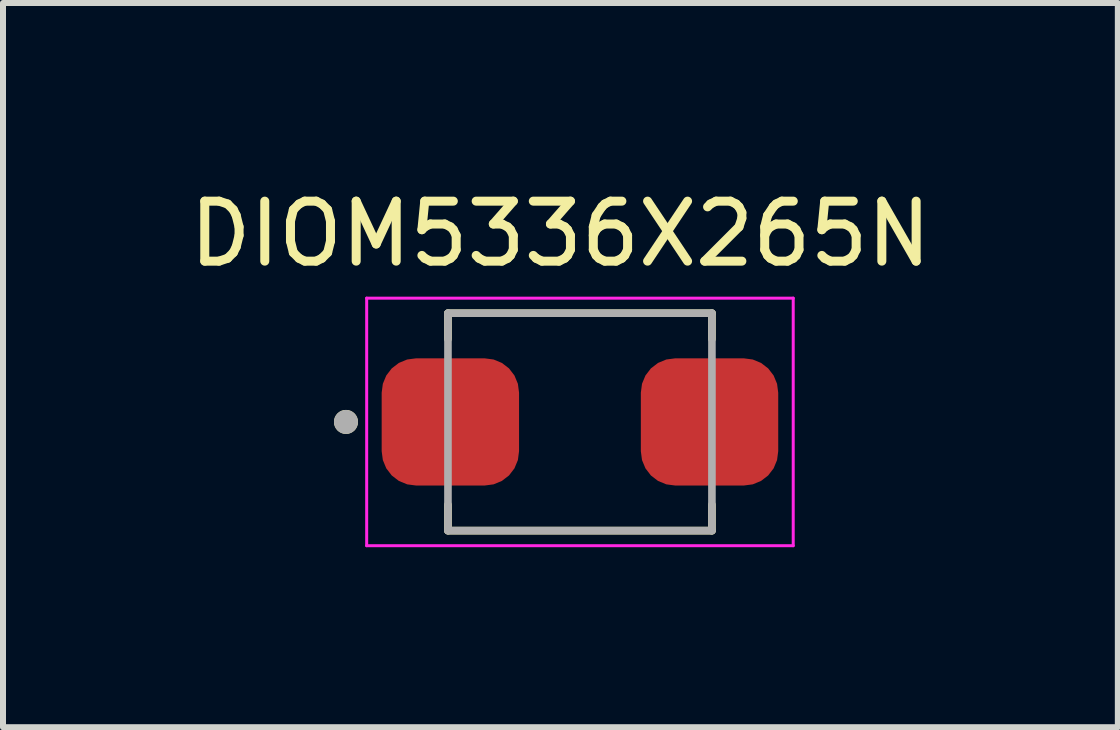
<source format=kicad_pcb>
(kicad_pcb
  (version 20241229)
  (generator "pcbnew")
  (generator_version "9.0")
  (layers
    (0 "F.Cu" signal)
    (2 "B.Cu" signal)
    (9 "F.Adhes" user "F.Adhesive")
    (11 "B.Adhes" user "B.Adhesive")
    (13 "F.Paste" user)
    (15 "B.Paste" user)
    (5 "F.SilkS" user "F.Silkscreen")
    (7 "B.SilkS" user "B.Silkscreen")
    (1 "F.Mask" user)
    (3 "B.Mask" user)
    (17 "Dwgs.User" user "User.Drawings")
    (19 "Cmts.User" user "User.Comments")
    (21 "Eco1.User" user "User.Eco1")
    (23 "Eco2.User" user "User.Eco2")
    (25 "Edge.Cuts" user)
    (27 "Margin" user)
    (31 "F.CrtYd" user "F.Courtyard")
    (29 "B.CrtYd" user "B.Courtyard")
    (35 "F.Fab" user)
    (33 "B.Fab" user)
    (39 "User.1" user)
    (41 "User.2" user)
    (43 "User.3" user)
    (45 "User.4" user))
  (footprint "DIOM5336X265N"
    (layer "F.Cu")
    (at 6.617 3.983)
    (property "Reference" "DIOM5336X265N" (at -0.325 -3.135 0) (layer "F.SilkS") (effects (font (size 1 1) (thickness 0.15))))
    (attr smd)
    (fp_line (start -2.2 -1.812) (end -2.2 -1.38) (stroke (width 0.127) (type solid)) (layer "F.SilkS"))
    (fp_line (start -2.2 1.38) (end -2.2 1.812) (stroke (width 0.127) (type solid)) (layer "F.SilkS"))
    (fp_line (start -2.2 1.812) (end 2.2 1.812) (stroke (width 0.127) (type solid)) (layer "F.SilkS"))
    (fp_line (start 2.2 -1.812) (end -2.2 -1.812) (stroke (width 0.127) (type solid)) (layer "F.SilkS"))
    (fp_line (start 2.2 -1.812) (end 2.2 -1.38) (stroke (width 0.127) (type solid)) (layer "F.SilkS"))
    (fp_line (start 2.2 1.38) (end 2.2 1.812) (stroke (width 0.127) (type solid)) (layer "F.SilkS"))
    (fp_circle (center -3.9 0) (end -3.8 0) (stroke (width 0.2) (type solid)) (fill no) (layer "F.SilkS"))
    (fp_line (start -3.555 -2.063) (end -3.555 2.063) (stroke (width 0.05) (type solid)) (layer "F.CrtYd"))
    (fp_line (start -3.555 2.063) (end 3.555 2.063) (stroke (width 0.05) (type solid)) (layer "F.CrtYd"))
    (fp_line (start 3.555 -2.063) (end -3.555 -2.063) (stroke (width 0.05) (type solid)) (layer "F.CrtYd"))
    (fp_line (start 3.555 2.063) (end 3.555 -2.063) (stroke (width 0.05) (type solid)) (layer "F.CrtYd"))
    (fp_line (start -2.2 -1.812) (end -2.2 1.812) (stroke (width 0.127) (type solid)) (layer "F.Fab"))
    (fp_line (start -2.2 1.812) (end 2.2 1.812) (stroke (width 0.127) (type solid)) (layer "F.Fab"))
    (fp_line (start 2.2 -1.812) (end -2.2 -1.812) (stroke (width 0.127) (type solid)) (layer "F.Fab"))
    (fp_line (start 2.2 1.812) (end 2.2 -1.812) (stroke (width 0.127) (type solid)) (layer "F.Fab"))
    (fp_circle (center -3.9 0) (end -3.8 0) (stroke (width 0.2) (type solid)) (fill no) (layer "F.Fab"))
    (pad "A" smd roundrect (at 2.16 0) (size 2.29 2.12) (layers "F.Cu" "F.Mask" "F.Paste") (roundrect_rratio 0.27))
    (pad "C" smd roundrect (at -2.16 0) (size 2.29 2.12) (layers "F.Cu" "F.Mask" "F.Paste") (roundrect_rratio 0.27)))
  (gr_rect
    (start -3 -3)
    (end 15.583 9.071)
    (stroke (width 0.1) (type default))
    (fill no)
    (layer "Edge.Cuts")))
</source>
